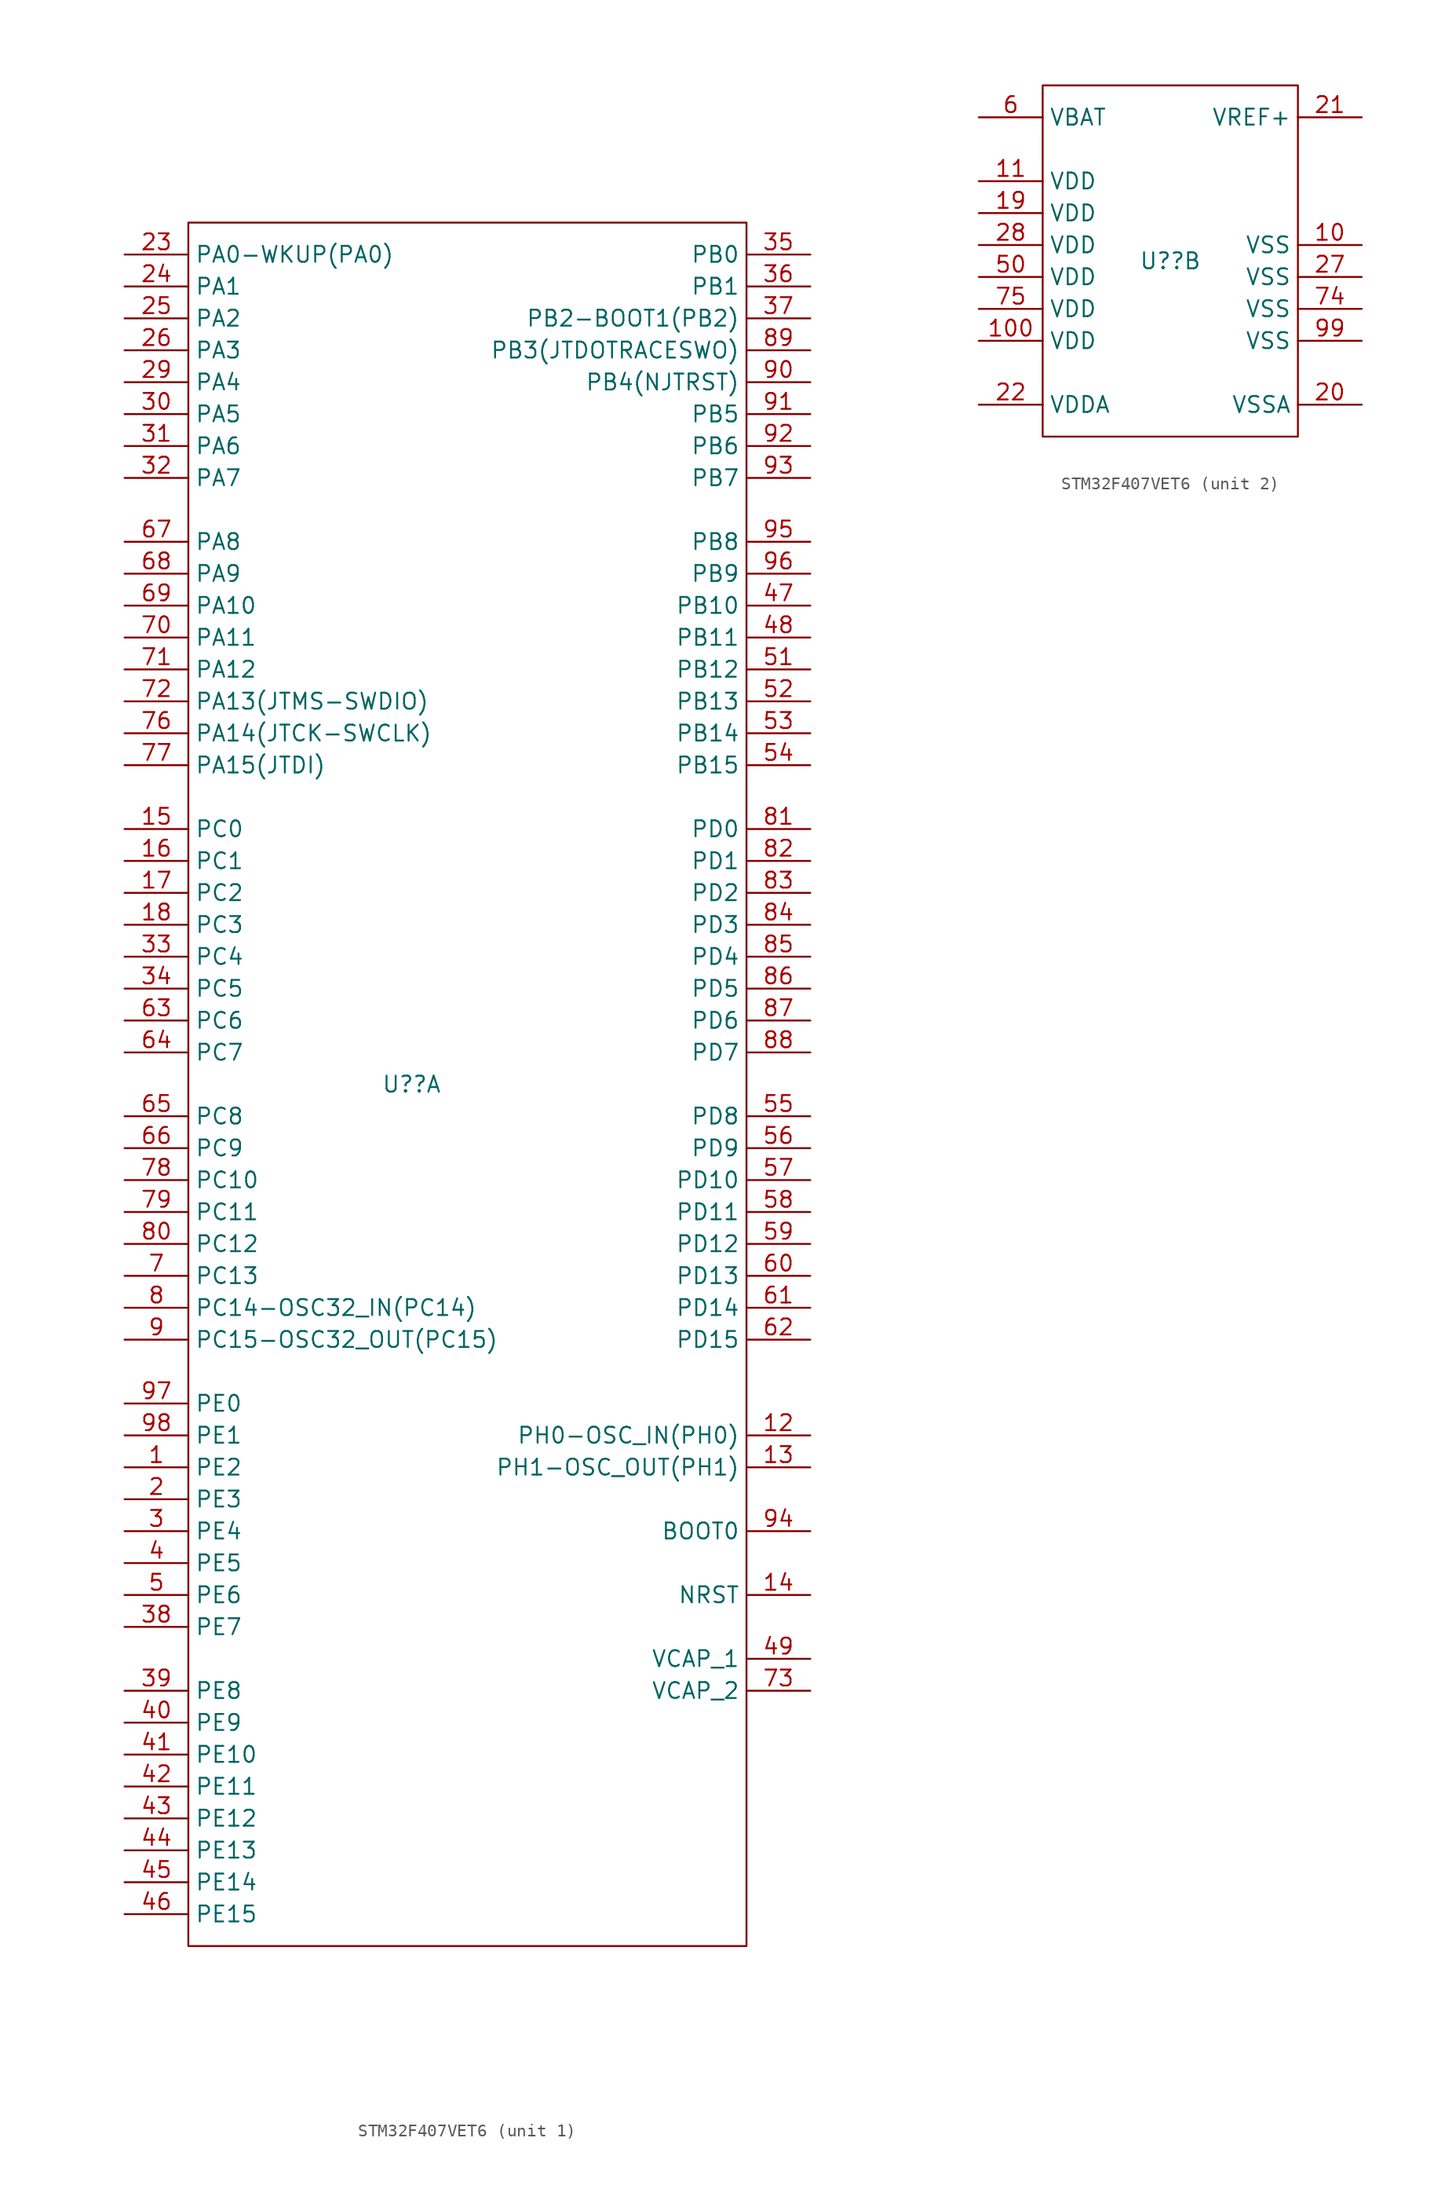
<source format=kicad_sym>
(kicad_symbol_lib
  (version 20231120)
  (generator "kicad_symbol_editor")
  (generator_version "8.0")
  (symbol "STM32F407VET6"
    (property "Reference" "U?"
      (at 0 0 0)
      (effects (font (size 1.27 1.27))))
    (property "Value" ""
      (at 0 0 0)
      (effects (font (size 1.27 1.27))))
    (symbol "STM32F407VET6_1_0"
      (rectangle (start -17.78 -68.58) (end 26.67 68.58) (stroke (width 0) (type default)) (fill (type none)))
      (pin bidirectional line (at -22.86 -30.48 0) (length 5.08) (name "PE2" (effects (font (size 1.27 1.27)))) (number "1" (effects (font (size 1.27 1.27)))))
      (pin bidirectional line (at 31.75 -27.94 180) (length 5.08) (name "PH0-OSC_IN(PH0)" (effects (font (size 1.27 1.27)))) (number "12" (effects (font (size 1.27 1.27)))))
      (pin bidirectional line (at 31.75 -30.48 180) (length 5.08) (name "PH1-OSC_OUT(PH1)" (effects (font (size 1.27 1.27)))) (number "13" (effects (font (size 1.27 1.27)))))
      (pin bidirectional line (at 31.75 -40.64 180) (length 5.08) (name "NRST" (effects (font (size 1.27 1.27)))) (number "14" (effects (font (size 1.27 1.27)))))
      (pin bidirectional line (at -22.86 20.32 0) (length 5.08) (name "PC0" (effects (font (size 1.27 1.27)))) (number "15" (effects (font (size 1.27 1.27)))))
      (pin bidirectional line (at -22.86 17.78 0) (length 5.08) (name "PC1" (effects (font (size 1.27 1.27)))) (number "16" (effects (font (size 1.27 1.27)))))
      (pin bidirectional line (at -22.86 15.24 0) (length 5.08) (name "PC2" (effects (font (size 1.27 1.27)))) (number "17" (effects (font (size 1.27 1.27)))))
      (pin bidirectional line (at -22.86 12.7 0) (length 5.08) (name "PC3" (effects (font (size 1.27 1.27)))) (number "18" (effects (font (size 1.27 1.27)))))
      (pin bidirectional line (at -22.86 -33.02 0) (length 5.08) (name "PE3" (effects (font (size 1.27 1.27)))) (number "2" (effects (font (size 1.27 1.27)))))
      (pin bidirectional line (at -22.86 66.04 0) (length 5.08) (name "PA0-WKUP(PA0)" (effects (font (size 1.27 1.27)))) (number "23" (effects (font (size 1.27 1.27)))))
      (pin bidirectional line (at -22.86 63.5 0) (length 5.08) (name "PA1" (effects (font (size 1.27 1.27)))) (number "24" (effects (font (size 1.27 1.27)))))
      (pin bidirectional line (at -22.86 60.96 0) (length 5.08) (name "PA2" (effects (font (size 1.27 1.27)))) (number "25" (effects (font (size 1.27 1.27)))))
      (pin bidirectional line (at -22.86 58.42 0) (length 5.08) (name "PA3" (effects (font (size 1.27 1.27)))) (number "26" (effects (font (size 1.27 1.27)))))
      (pin bidirectional line (at -22.86 55.88 0) (length 5.08) (name "PA4" (effects (font (size 1.27 1.27)))) (number "29" (effects (font (size 1.27 1.27)))))
      (pin bidirectional line (at -22.86 -35.56 0) (length 5.08) (name "PE4" (effects (font (size 1.27 1.27)))) (number "3" (effects (font (size 1.27 1.27)))))
      (pin bidirectional line (at -22.86 53.34 0) (length 5.08) (name "PA5" (effects (font (size 1.27 1.27)))) (number "30" (effects (font (size 1.27 1.27)))))
      (pin bidirectional line (at -22.86 50.8 0) (length 5.08) (name "PA6" (effects (font (size 1.27 1.27)))) (number "31" (effects (font (size 1.27 1.27)))))
      (pin bidirectional line (at -22.86 48.26 0) (length 5.08) (name "PA7" (effects (font (size 1.27 1.27)))) (number "32" (effects (font (size 1.27 1.27)))))
      (pin bidirectional line (at -22.86 10.16 0) (length 5.08) (name "PC4" (effects (font (size 1.27 1.27)))) (number "33" (effects (font (size 1.27 1.27)))))
      (pin bidirectional line (at -22.86 7.62 0) (length 5.08) (name "PC5" (effects (font (size 1.27 1.27)))) (number "34" (effects (font (size 1.27 1.27)))))
      (pin bidirectional line (at 31.75 66.04 180) (length 5.08) (name "PB0" (effects (font (size 1.27 1.27)))) (number "35" (effects (font (size 1.27 1.27)))))
      (pin bidirectional line (at 31.75 63.5 180) (length 5.08) (name "PB1" (effects (font (size 1.27 1.27)))) (number "36" (effects (font (size 1.27 1.27)))))
      (pin bidirectional line (at 31.75 60.96 180) (length 5.08) (name "PB2-BOOT1(PB2)" (effects (font (size 1.27 1.27)))) (number "37" (effects (font (size 1.27 1.27)))))
      (pin bidirectional line (at -22.86 -43.18 0) (length 5.08) (name "PE7" (effects (font (size 1.27 1.27)))) (number "38" (effects (font (size 1.27 1.27)))))
      (pin bidirectional line (at -22.86 -48.26 0) (length 5.08) (name "PE8" (effects (font (size 1.27 1.27)))) (number "39" (effects (font (size 1.27 1.27)))))
      (pin bidirectional line (at -22.86 -38.1 0) (length 5.08) (name "PE5" (effects (font (size 1.27 1.27)))) (number "4" (effects (font (size 1.27 1.27)))))
      (pin bidirectional line (at -22.86 -50.8 0) (length 5.08) (name "PE9" (effects (font (size 1.27 1.27)))) (number "40" (effects (font (size 1.27 1.27)))))
      (pin bidirectional line (at -22.86 -53.34 0) (length 5.08) (name "PE10" (effects (font (size 1.27 1.27)))) (number "41" (effects (font (size 1.27 1.27)))))
      (pin bidirectional line (at -22.86 -55.88 0) (length 5.08) (name "PE11" (effects (font (size 1.27 1.27)))) (number "42" (effects (font (size 1.27 1.27)))))
      (pin bidirectional line (at -22.86 -58.42 0) (length 5.08) (name "PE12" (effects (font (size 1.27 1.27)))) (number "43" (effects (font (size 1.27 1.27)))))
      (pin bidirectional line (at -22.86 -60.96 0) (length 5.08) (name "PE13" (effects (font (size 1.27 1.27)))) (number "44" (effects (font (size 1.27 1.27)))))
      (pin bidirectional line (at -22.86 -63.5 0) (length 5.08) (name "PE14" (effects (font (size 1.27 1.27)))) (number "45" (effects (font (size 1.27 1.27)))))
      (pin bidirectional line (at -22.86 -66.04 0) (length 5.08) (name "PE15" (effects (font (size 1.27 1.27)))) (number "46" (effects (font (size 1.27 1.27)))))
      (pin bidirectional line (at 31.75 38.1 180) (length 5.08) (name "PB10" (effects (font (size 1.27 1.27)))) (number "47" (effects (font (size 1.27 1.27)))))
      (pin bidirectional line (at 31.75 35.56 180) (length 5.08) (name "PB11" (effects (font (size 1.27 1.27)))) (number "48" (effects (font (size 1.27 1.27)))))
      (pin input line (at 31.75 -45.72 180) (length 5.08) (name "VCAP_1" (effects (font (size 1.27 1.27)))) (number "49" (effects (font (size 1.27 1.27)))))
      (pin bidirectional line (at -22.86 -40.64 0) (length 5.08) (name "PE6" (effects (font (size 1.27 1.27)))) (number "5" (effects (font (size 1.27 1.27)))))
      (pin bidirectional line (at 31.75 33.02 180) (length 5.08) (name "PB12" (effects (font (size 1.27 1.27)))) (number "51" (effects (font (size 1.27 1.27)))))
      (pin bidirectional line (at 31.75 30.48 180) (length 5.08) (name "PB13" (effects (font (size 1.27 1.27)))) (number "52" (effects (font (size 1.27 1.27)))))
      (pin bidirectional line (at 31.75 27.94 180) (length 5.08) (name "PB14" (effects (font (size 1.27 1.27)))) (number "53" (effects (font (size 1.27 1.27)))))
      (pin bidirectional line (at 31.75 25.4 180) (length 5.08) (name "PB15" (effects (font (size 1.27 1.27)))) (number "54" (effects (font (size 1.27 1.27)))))
      (pin bidirectional line (at 31.75 -2.54 180) (length 5.08) (name "PD8" (effects (font (size 1.27 1.27)))) (number "55" (effects (font (size 1.27 1.27)))))
      (pin bidirectional line (at 31.75 -5.08 180) (length 5.08) (name "PD9" (effects (font (size 1.27 1.27)))) (number "56" (effects (font (size 1.27 1.27)))))
      (pin bidirectional line (at 31.75 -7.62 180) (length 5.08) (name "PD10" (effects (font (size 1.27 1.27)))) (number "57" (effects (font (size 1.27 1.27)))))
      (pin bidirectional line (at 31.75 -10.16 180) (length 5.08) (name "PD11" (effects (font (size 1.27 1.27)))) (number "58" (effects (font (size 1.27 1.27)))))
      (pin bidirectional line (at 31.75 -12.7 180) (length 5.08) (name "PD12" (effects (font (size 1.27 1.27)))) (number "59" (effects (font (size 1.27 1.27)))))
      (pin bidirectional line (at 31.75 -15.24 180) (length 5.08) (name "PD13" (effects (font (size 1.27 1.27)))) (number "60" (effects (font (size 1.27 1.27)))))
      (pin bidirectional line (at 31.75 -17.78 180) (length 5.08) (name "PD14" (effects (font (size 1.27 1.27)))) (number "61" (effects (font (size 1.27 1.27)))))
      (pin bidirectional line (at 31.75 -20.32 180) (length 5.08) (name "PD15" (effects (font (size 1.27 1.27)))) (number "62" (effects (font (size 1.27 1.27)))))
      (pin bidirectional line (at -22.86 5.08 0) (length 5.08) (name "PC6" (effects (font (size 1.27 1.27)))) (number "63" (effects (font (size 1.27 1.27)))))
      (pin bidirectional line (at -22.86 2.54 0) (length 5.08) (name "PC7" (effects (font (size 1.27 1.27)))) (number "64" (effects (font (size 1.27 1.27)))))
      (pin bidirectional line (at -22.86 -2.54 0) (length 5.08) (name "PC8" (effects (font (size 1.27 1.27)))) (number "65" (effects (font (size 1.27 1.27)))))
      (pin bidirectional line (at -22.86 -5.08 0) (length 5.08) (name "PC9" (effects (font (size 1.27 1.27)))) (number "66" (effects (font (size 1.27 1.27)))))
      (pin bidirectional line (at -22.86 43.18 0) (length 5.08) (name "PA8" (effects (font (size 1.27 1.27)))) (number "67" (effects (font (size 1.27 1.27)))))
      (pin bidirectional line (at -22.86 40.64 0) (length 5.08) (name "PA9" (effects (font (size 1.27 1.27)))) (number "68" (effects (font (size 1.27 1.27)))))
      (pin bidirectional line (at -22.86 38.1 0) (length 5.08) (name "PA10" (effects (font (size 1.27 1.27)))) (number "69" (effects (font (size 1.27 1.27)))))
      (pin bidirectional line (at -22.86 -15.24 0) (length 5.08) (name "PC13" (effects (font (size 1.27 1.27)))) (number "7" (effects (font (size 1.27 1.27)))))
      (pin bidirectional line (at -22.86 35.56 0) (length 5.08) (name "PA11" (effects (font (size 1.27 1.27)))) (number "70" (effects (font (size 1.27 1.27)))))
      (pin bidirectional line (at -22.86 33.02 0) (length 5.08) (name "PA12" (effects (font (size 1.27 1.27)))) (number "71" (effects (font (size 1.27 1.27)))))
      (pin bidirectional line (at -22.86 30.48 0) (length 5.08) (name "PA13(JTMS-SWDIO)" (effects (font (size 1.27 1.27)))) (number "72" (effects (font (size 1.27 1.27)))))
      (pin input line (at 31.75 -48.26 180) (length 5.08) (name "VCAP_2" (effects (font (size 1.27 1.27)))) (number "73" (effects (font (size 1.27 1.27)))))
      (pin bidirectional line (at -22.86 27.94 0) (length 5.08) (name "PA14(JTCK-SWCLK)" (effects (font (size 1.27 1.27)))) (number "76" (effects (font (size 1.27 1.27)))))
      (pin bidirectional line (at -22.86 25.4 0) (length 5.08) (name "PA15(JTDI)" (effects (font (size 1.27 1.27)))) (number "77" (effects (font (size 1.27 1.27)))))
      (pin bidirectional line (at -22.86 -7.62 0) (length 5.08) (name "PC10" (effects (font (size 1.27 1.27)))) (number "78" (effects (font (size 1.27 1.27)))))
      (pin bidirectional line (at -22.86 -10.16 0) (length 5.08) (name "PC11" (effects (font (size 1.27 1.27)))) (number "79" (effects (font (size 1.27 1.27)))))
      (pin bidirectional line (at -22.86 -17.78 0) (length 5.08) (name "PC14-OSC32_IN(PC14)" (effects (font (size 1.27 1.27)))) (number "8" (effects (font (size 1.27 1.27)))))
      (pin bidirectional line (at -22.86 -12.7 0) (length 5.08) (name "PC12" (effects (font (size 1.27 1.27)))) (number "80" (effects (font (size 1.27 1.27)))))
      (pin bidirectional line (at 31.75 20.32 180) (length 5.08) (name "PD0" (effects (font (size 1.27 1.27)))) (number "81" (effects (font (size 1.27 1.27)))))
      (pin bidirectional line (at 31.75 17.78 180) (length 5.08) (name "PD1" (effects (font (size 1.27 1.27)))) (number "82" (effects (font (size 1.27 1.27)))))
      (pin bidirectional line (at 31.75 15.24 180) (length 5.08) (name "PD2" (effects (font (size 1.27 1.27)))) (number "83" (effects (font (size 1.27 1.27)))))
      (pin bidirectional line (at 31.75 12.7 180) (length 5.08) (name "PD3" (effects (font (size 1.27 1.27)))) (number "84" (effects (font (size 1.27 1.27)))))
      (pin bidirectional line (at 31.75 10.16 180) (length 5.08) (name "PD4" (effects (font (size 1.27 1.27)))) (number "85" (effects (font (size 1.27 1.27)))))
      (pin bidirectional line (at 31.75 7.62 180) (length 5.08) (name "PD5" (effects (font (size 1.27 1.27)))) (number "86" (effects (font (size 1.27 1.27)))))
      (pin bidirectional line (at 31.75 5.08 180) (length 5.08) (name "PD6" (effects (font (size 1.27 1.27)))) (number "87" (effects (font (size 1.27 1.27)))))
      (pin bidirectional line (at 31.75 2.54 180) (length 5.08) (name "PD7" (effects (font (size 1.27 1.27)))) (number "88" (effects (font (size 1.27 1.27)))))
      (pin bidirectional line (at 31.75 58.42 180) (length 5.08) (name "PB3(JTDOTRACESWO)" (effects (font (size 1.27 1.27)))) (number "89" (effects (font (size 1.27 1.27)))))
      (pin bidirectional line (at -22.86 -20.32 0) (length 5.08) (name "PC15-OSC32_OUT(PC15)" (effects (font (size 1.27 1.27)))) (number "9" (effects (font (size 1.27 1.27)))))
      (pin bidirectional line (at 31.75 55.88 180) (length 5.08) (name "PB4(NJTRST)" (effects (font (size 1.27 1.27)))) (number "90" (effects (font (size 1.27 1.27)))))
      (pin bidirectional line (at 31.75 53.34 180) (length 5.08) (name "PB5" (effects (font (size 1.27 1.27)))) (number "91" (effects (font (size 1.27 1.27)))))
      (pin bidirectional line (at 31.75 50.8 180) (length 5.08) (name "PB6" (effects (font (size 1.27 1.27)))) (number "92" (effects (font (size 1.27 1.27)))))
      (pin bidirectional line (at 31.75 48.26 180) (length 5.08) (name "PB7" (effects (font (size 1.27 1.27)))) (number "93" (effects (font (size 1.27 1.27)))))
      (pin input line (at 31.75 -35.56 180) (length 5.08) (name "BOOT0" (effects (font (size 1.27 1.27)))) (number "94" (effects (font (size 1.27 1.27)))))
      (pin bidirectional line (at 31.75 43.18 180) (length 5.08) (name "PB8" (effects (font (size 1.27 1.27)))) (number "95" (effects (font (size 1.27 1.27)))))
      (pin bidirectional line (at 31.75 40.64 180) (length 5.08) (name "PB9" (effects (font (size 1.27 1.27)))) (number "96" (effects (font (size 1.27 1.27)))))
      (pin bidirectional line (at -22.86 -25.4 0) (length 5.08) (name "PE0" (effects (font (size 1.27 1.27)))) (number "97" (effects (font (size 1.27 1.27)))))
      (pin bidirectional line (at -22.86 -27.94 0) (length 5.08) (name "PE1" (effects (font (size 1.27 1.27)))) (number "98" (effects (font (size 1.27 1.27))))))
    (symbol "STM32F407VET6_2_0"
      (rectangle (start -10.16 -13.97) (end 10.16 13.97) (stroke (width 0) (type default)) (fill (type none)))
      (pin input line (at 15.24 1.27 180) (length 5.08) (name "VSS" (effects (font (size 1.27 1.27)))) (number "10" (effects (font (size 1.27 1.27)))))
      (pin input line (at -15.24 -6.35 0) (length 5.08) (name "VDD" (effects (font (size 1.27 1.27)))) (number "100" (effects (font (size 1.27 1.27)))))
      (pin input line (at -15.24 6.35 0) (length 5.08) (name "VDD" (effects (font (size 1.27 1.27)))) (number "11" (effects (font (size 1.27 1.27)))))
      (pin input line (at -15.24 3.81 0) (length 5.08) (name "VDD" (effects (font (size 1.27 1.27)))) (number "19" (effects (font (size 1.27 1.27)))))
      (pin input line (at 15.24 -11.43 180) (length 5.08) (name "VSSA" (effects (font (size 1.27 1.27)))) (number "20" (effects (font (size 1.27 1.27)))))
      (pin input line (at 15.24 11.43 180) (length 5.08) (name "VREF+" (effects (font (size 1.27 1.27)))) (number "21" (effects (font (size 1.27 1.27)))))
      (pin input line (at -15.24 -11.43 0) (length 5.08) (name "VDDA" (effects (font (size 1.27 1.27)))) (number "22" (effects (font (size 1.27 1.27)))))
      (pin input line (at 15.24 -1.27 180) (length 5.08) (name "VSS" (effects (font (size 1.27 1.27)))) (number "27" (effects (font (size 1.27 1.27)))))
      (pin input line (at -15.24 1.27 0) (length 5.08) (name "VDD" (effects (font (size 1.27 1.27)))) (number "28" (effects (font (size 1.27 1.27)))))
      (pin input line (at -15.24 -1.27 0) (length 5.08) (name "VDD" (effects (font (size 1.27 1.27)))) (number "50" (effects (font (size 1.27 1.27)))))
      (pin input line (at -15.24 11.43 0) (length 5.08) (name "VBAT" (effects (font (size 1.27 1.27)))) (number "6" (effects (font (size 1.27 1.27)))))
      (pin input line (at 15.24 -3.81 180) (length 5.08) (name "VSS" (effects (font (size 1.27 1.27)))) (number "74" (effects (font (size 1.27 1.27)))))
      (pin input line (at -15.24 -3.81 0) (length 5.08) (name "VDD" (effects (font (size 1.27 1.27)))) (number "75" (effects (font (size 1.27 1.27)))))
      (pin input line (at 15.24 -6.35 180) (length 5.08) (name "VSS" (effects (font (size 1.27 1.27)))) (number "99" (effects (font (size 1.27 1.27))))))))
</source>
